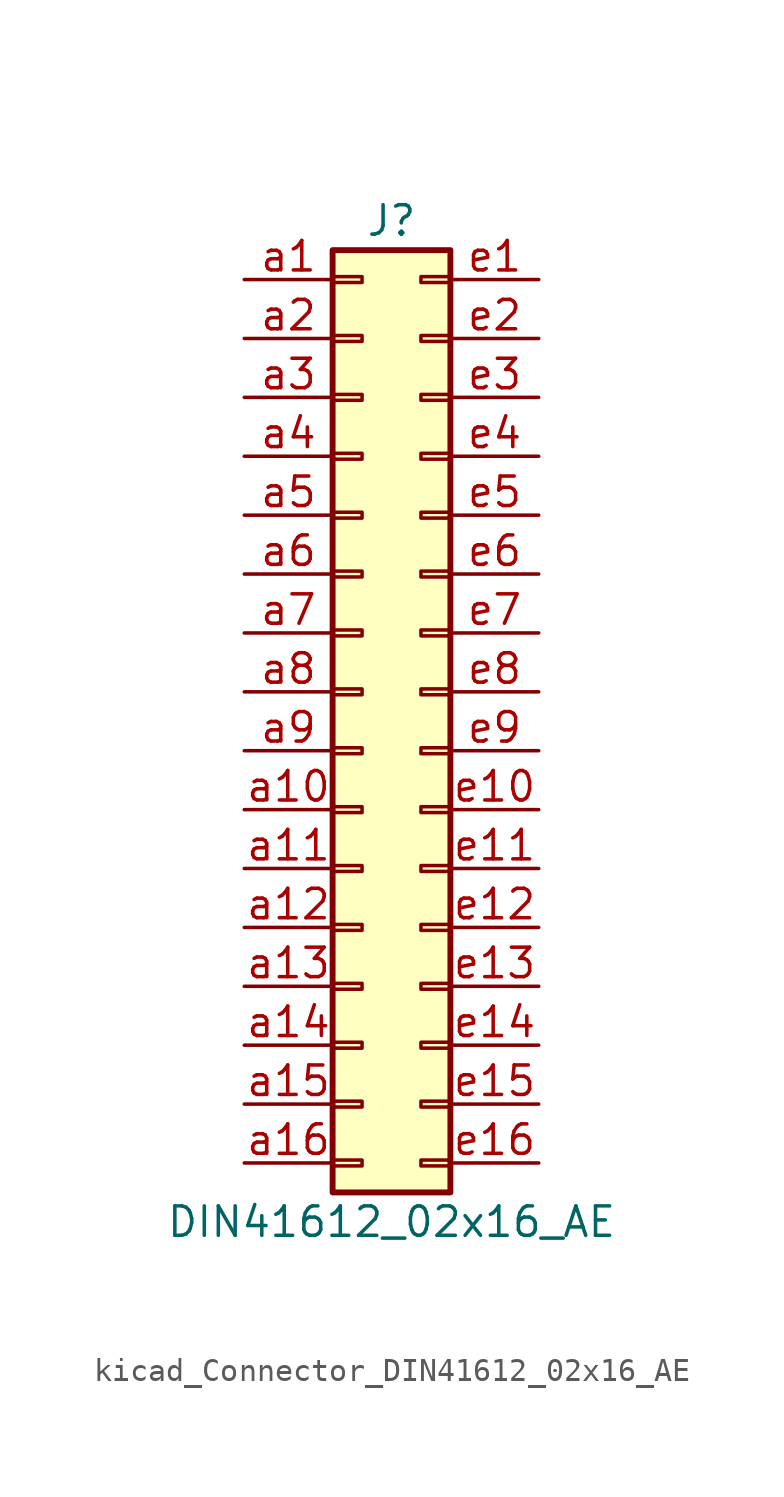
<source format=kicad_sym>
(kicad_symbol_lib
  (version 20220914)
  (generator kicad_symbol_editor)
  (symbol "kicad_Connector_DIN41612_02x16_AE"
    (pin_names
      (offset 1.016) hide)
    (property "Reference" "J"
      (at 1.27 20.32 0)
      (effects (font (size 1.27 1.27))))
    (property "Value" "DIN41612_02x16_AE"
      (at 1.27 -22.86 0)
      (effects (font (size 1.27 1.27))))
    (symbol "kicad_Connector_DIN41612_02x16_AE_1_1"
      (rectangle (start -1.27 -20.193) (end 0 -20.447) (stroke (width 0.152) (type default)) (fill (type none)))
      (rectangle (start -1.27 -17.653) (end 0 -17.907) (stroke (width 0.152) (type default)) (fill (type none)))
      (rectangle (start -1.27 -15.113) (end 0 -15.367) (stroke (width 0.152) (type default)) (fill (type none)))
      (rectangle (start -1.27 -12.573) (end 0 -12.827) (stroke (width 0.152) (type default)) (fill (type none)))
      (rectangle (start -1.27 -10.033) (end 0 -10.287) (stroke (width 0.152) (type default)) (fill (type none)))
      (rectangle (start -1.27 -7.493) (end 0 -7.747) (stroke (width 0.152) (type default)) (fill (type none)))
      (rectangle (start -1.27 -4.953) (end 0 -5.207) (stroke (width 0.152) (type default)) (fill (type none)))
      (rectangle (start -1.27 -2.413) (end 0 -2.667) (stroke (width 0.152) (type default)) (fill (type none)))
      (rectangle (start -1.27 0.127) (end 0 -0.127) (stroke (width 0.152) (type default)) (fill (type none)))
      (rectangle (start -1.27 2.667) (end 0 2.413) (stroke (width 0.152) (type default)) (fill (type none)))
      (rectangle (start -1.27 5.207) (end 0 4.953) (stroke (width 0.152) (type default)) (fill (type none)))
      (rectangle (start -1.27 7.747) (end 0 7.493) (stroke (width 0.152) (type default)) (fill (type none)))
      (rectangle (start -1.27 10.287) (end 0 10.033) (stroke (width 0.152) (type default)) (fill (type none)))
      (rectangle (start -1.27 12.827) (end 0 12.573) (stroke (width 0.152) (type default)) (fill (type none)))
      (rectangle (start -1.27 15.367) (end 0 15.113) (stroke (width 0.152) (type default)) (fill (type none)))
      (rectangle (start -1.27 17.907) (end 0 17.653) (stroke (width 0.152) (type default)) (fill (type none)))
      (rectangle (start -1.27 19.05) (end 3.81 -21.59) (stroke (width 0.254) (type default)) (fill (type background)))
      (rectangle (start 3.81 -20.193) (end 2.54 -20.447) (stroke (width 0.152) (type default)) (fill (type none)))
      (rectangle (start 3.81 -17.653) (end 2.54 -17.907) (stroke (width 0.152) (type default)) (fill (type none)))
      (rectangle (start 3.81 -15.113) (end 2.54 -15.367) (stroke (width 0.152) (type default)) (fill (type none)))
      (rectangle (start 3.81 -12.573) (end 2.54 -12.827) (stroke (width 0.152) (type default)) (fill (type none)))
      (rectangle (start 3.81 -10.033) (end 2.54 -10.287) (stroke (width 0.152) (type default)) (fill (type none)))
      (rectangle (start 3.81 -7.493) (end 2.54 -7.747) (stroke (width 0.152) (type default)) (fill (type none)))
      (rectangle (start 3.81 -4.953) (end 2.54 -5.207) (stroke (width 0.152) (type default)) (fill (type none)))
      (rectangle (start 3.81 -2.413) (end 2.54 -2.667) (stroke (width 0.152) (type default)) (fill (type none)))
      (rectangle (start 3.81 0.127) (end 2.54 -0.127) (stroke (width 0.152) (type default)) (fill (type none)))
      (rectangle (start 3.81 2.667) (end 2.54 2.413) (stroke (width 0.152) (type default)) (fill (type none)))
      (rectangle (start 3.81 5.207) (end 2.54 4.953) (stroke (width 0.152) (type default)) (fill (type none)))
      (rectangle (start 3.81 7.747) (end 2.54 7.493) (stroke (width 0.152) (type default)) (fill (type none)))
      (rectangle (start 3.81 10.287) (end 2.54 10.033) (stroke (width 0.152) (type default)) (fill (type none)))
      (rectangle (start 3.81 12.827) (end 2.54 12.573) (stroke (width 0.152) (type default)) (fill (type none)))
      (rectangle (start 3.81 15.367) (end 2.54 15.113) (stroke (width 0.152) (type default)) (fill (type none)))
      (rectangle (start 3.81 17.907) (end 2.54 17.653) (stroke (width 0.152) (type default)) (fill (type none)))
      (pin passive line (at -5.08 17.78 0) (length 3.81) (name "Pin_a1" (effects (font (size 1.27 1.27)))) (number "a1" (effects (font (size 1.27 1.27)))))
      (pin passive line (at -5.08 -5.08 0) (length 3.81) (name "Pin_a10" (effects (font (size 1.27 1.27)))) (number "a10" (effects (font (size 1.27 1.27)))))
      (pin passive line (at -5.08 -7.62 0) (length 3.81) (name "Pin_a11" (effects (font (size 1.27 1.27)))) (number "a11" (effects (font (size 1.27 1.27)))))
      (pin passive line (at -5.08 -10.16 0) (length 3.81) (name "Pin_a12" (effects (font (size 1.27 1.27)))) (number "a12" (effects (font (size 1.27 1.27)))))
      (pin passive line (at -5.08 -12.7 0) (length 3.81) (name "Pin_a13" (effects (font (size 1.27 1.27)))) (number "a13" (effects (font (size 1.27 1.27)))))
      (pin passive line (at -5.08 -15.24 0) (length 3.81) (name "Pin_a14" (effects (font (size 1.27 1.27)))) (number "a14" (effects (font (size 1.27 1.27)))))
      (pin passive line (at -5.08 -17.78 0) (length 3.81) (name "Pin_a15" (effects (font (size 1.27 1.27)))) (number "a15" (effects (font (size 1.27 1.27)))))
      (pin passive line (at -5.08 -20.32 0) (length 3.81) (name "Pin_a16" (effects (font (size 1.27 1.27)))) (number "a16" (effects (font (size 1.27 1.27)))))
      (pin passive line (at -5.08 15.24 0) (length 3.81) (name "Pin_a2" (effects (font (size 1.27 1.27)))) (number "a2" (effects (font (size 1.27 1.27)))))
      (pin passive line (at -5.08 12.7 0) (length 3.81) (name "Pin_a3" (effects (font (size 1.27 1.27)))) (number "a3" (effects (font (size 1.27 1.27)))))
      (pin passive line (at -5.08 10.16 0) (length 3.81) (name "Pin_a4" (effects (font (size 1.27 1.27)))) (number "a4" (effects (font (size 1.27 1.27)))))
      (pin passive line (at -5.08 7.62 0) (length 3.81) (name "Pin_a5" (effects (font (size 1.27 1.27)))) (number "a5" (effects (font (size 1.27 1.27)))))
      (pin passive line (at -5.08 5.08 0) (length 3.81) (name "Pin_a6" (effects (font (size 1.27 1.27)))) (number "a6" (effects (font (size 1.27 1.27)))))
      (pin passive line (at -5.08 2.54 0) (length 3.81) (name "Pin_a7" (effects (font (size 1.27 1.27)))) (number "a7" (effects (font (size 1.27 1.27)))))
      (pin passive line (at -5.08 0 0) (length 3.81) (name "Pin_a8" (effects (font (size 1.27 1.27)))) (number "a8" (effects (font (size 1.27 1.27)))))
      (pin passive line (at -5.08 -2.54 0) (length 3.81) (name "Pin_a9" (effects (font (size 1.27 1.27)))) (number "a9" (effects (font (size 1.27 1.27)))))
      (pin passive line (at 7.62 17.78 180) (length 3.81) (name "Pin_e1" (effects (font (size 1.27 1.27)))) (number "e1" (effects (font (size 1.27 1.27)))))
      (pin passive line (at 7.62 -5.08 180) (length 3.81) (name "Pin_e10" (effects (font (size 1.27 1.27)))) (number "e10" (effects (font (size 1.27 1.27)))))
      (pin passive line (at 7.62 -7.62 180) (length 3.81) (name "Pin_e11" (effects (font (size 1.27 1.27)))) (number "e11" (effects (font (size 1.27 1.27)))))
      (pin passive line (at 7.62 -10.16 180) (length 3.81) (name "Pin_e12" (effects (font (size 1.27 1.27)))) (number "e12" (effects (font (size 1.27 1.27)))))
      (pin passive line (at 7.62 -12.7 180) (length 3.81) (name "Pin_e13" (effects (font (size 1.27 1.27)))) (number "e13" (effects (font (size 1.27 1.27)))))
      (pin passive line (at 7.62 -15.24 180) (length 3.81) (name "Pin_e14" (effects (font (size 1.27 1.27)))) (number "e14" (effects (font (size 1.27 1.27)))))
      (pin passive line (at 7.62 -17.78 180) (length 3.81) (name "Pin_e15" (effects (font (size 1.27 1.27)))) (number "e15" (effects (font (size 1.27 1.27)))))
      (pin passive line (at 7.62 -20.32 180) (length 3.81) (name "Pin_e16" (effects (font (size 1.27 1.27)))) (number "e16" (effects (font (size 1.27 1.27)))))
      (pin passive line (at 7.62 15.24 180) (length 3.81) (name "Pin_e2" (effects (font (size 1.27 1.27)))) (number "e2" (effects (font (size 1.27 1.27)))))
      (pin passive line (at 7.62 12.7 180) (length 3.81) (name "Pin_e3" (effects (font (size 1.27 1.27)))) (number "e3" (effects (font (size 1.27 1.27)))))
      (pin passive line (at 7.62 10.16 180) (length 3.81) (name "Pin_e4" (effects (font (size 1.27 1.27)))) (number "e4" (effects (font (size 1.27 1.27)))))
      (pin passive line (at 7.62 7.62 180) (length 3.81) (name "Pin_e5" (effects (font (size 1.27 1.27)))) (number "e5" (effects (font (size 1.27 1.27)))))
      (pin passive line (at 7.62 5.08 180) (length 3.81) (name "Pin_e6" (effects (font (size 1.27 1.27)))) (number "e6" (effects (font (size 1.27 1.27)))))
      (pin passive line (at 7.62 2.54 180) (length 3.81) (name "Pin_e7" (effects (font (size 1.27 1.27)))) (number "e7" (effects (font (size 1.27 1.27)))))
      (pin passive line (at 7.62 0 180) (length 3.81) (name "Pin_e8" (effects (font (size 1.27 1.27)))) (number "e8" (effects (font (size 1.27 1.27)))))
      (pin passive line (at 7.62 -2.54 180) (length 3.81) (name "Pin_e9" (effects (font (size 1.27 1.27)))) (number "e9" (effects (font (size 1.27 1.27))))))))
</source>
